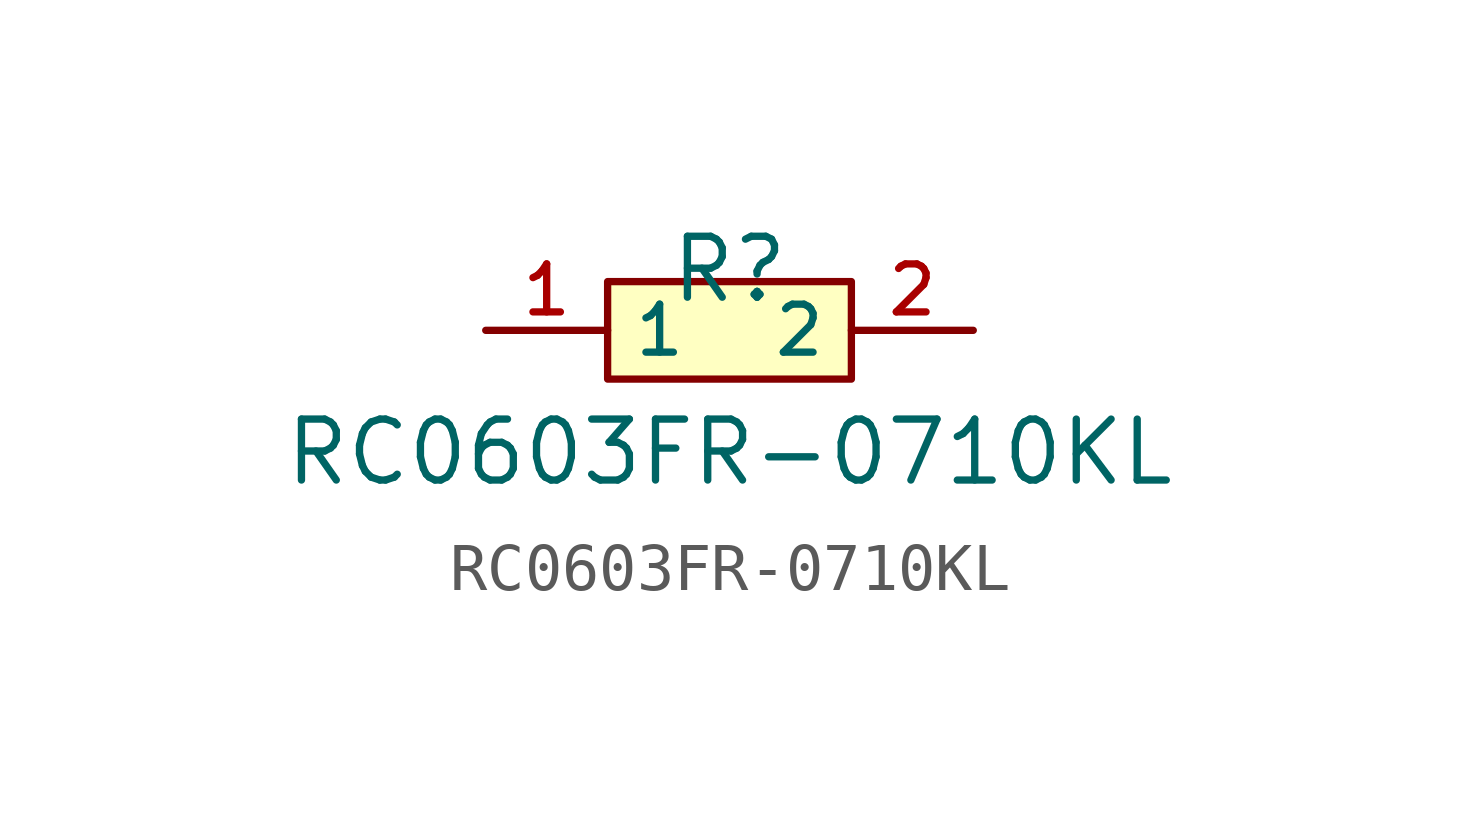
<source format=kicad_sym>
(kicad_symbol_lib
  (version 20210201)
  (generator TousstNicolas/JLC2KiCad_lib)
  (symbol "RC0603FR-0710KL"
    (property "Reference" "R"
      (at 0 1.27 0)
      (effects (font (size 1.27 1.27))))
    (property "Value" "RC0603FR-0710KL"
      (at 0 -2.54 0)
      (effects (font (size 1.27 1.27))))
    (symbol "RC0603FR-0710KL_0_1"
      (pin input line (at 5.08 -0.0 180) (length 2.54) (name "2" (effects (font (size 1 1)))) (number "2" (effects (font (size 1 1)))))
      (pin input line (at -5.08 -0.0 0) (length 2.54) (name "1" (effects (font (size 1 1)))) (number "1" (effects (font (size 1 1)))))
      (rectangle (start -2.54 1.016) (end 2.54 -1.016) (stroke (width 0) (type default) (color 0 0 0 0)) (fill (type background))))))
</source>
